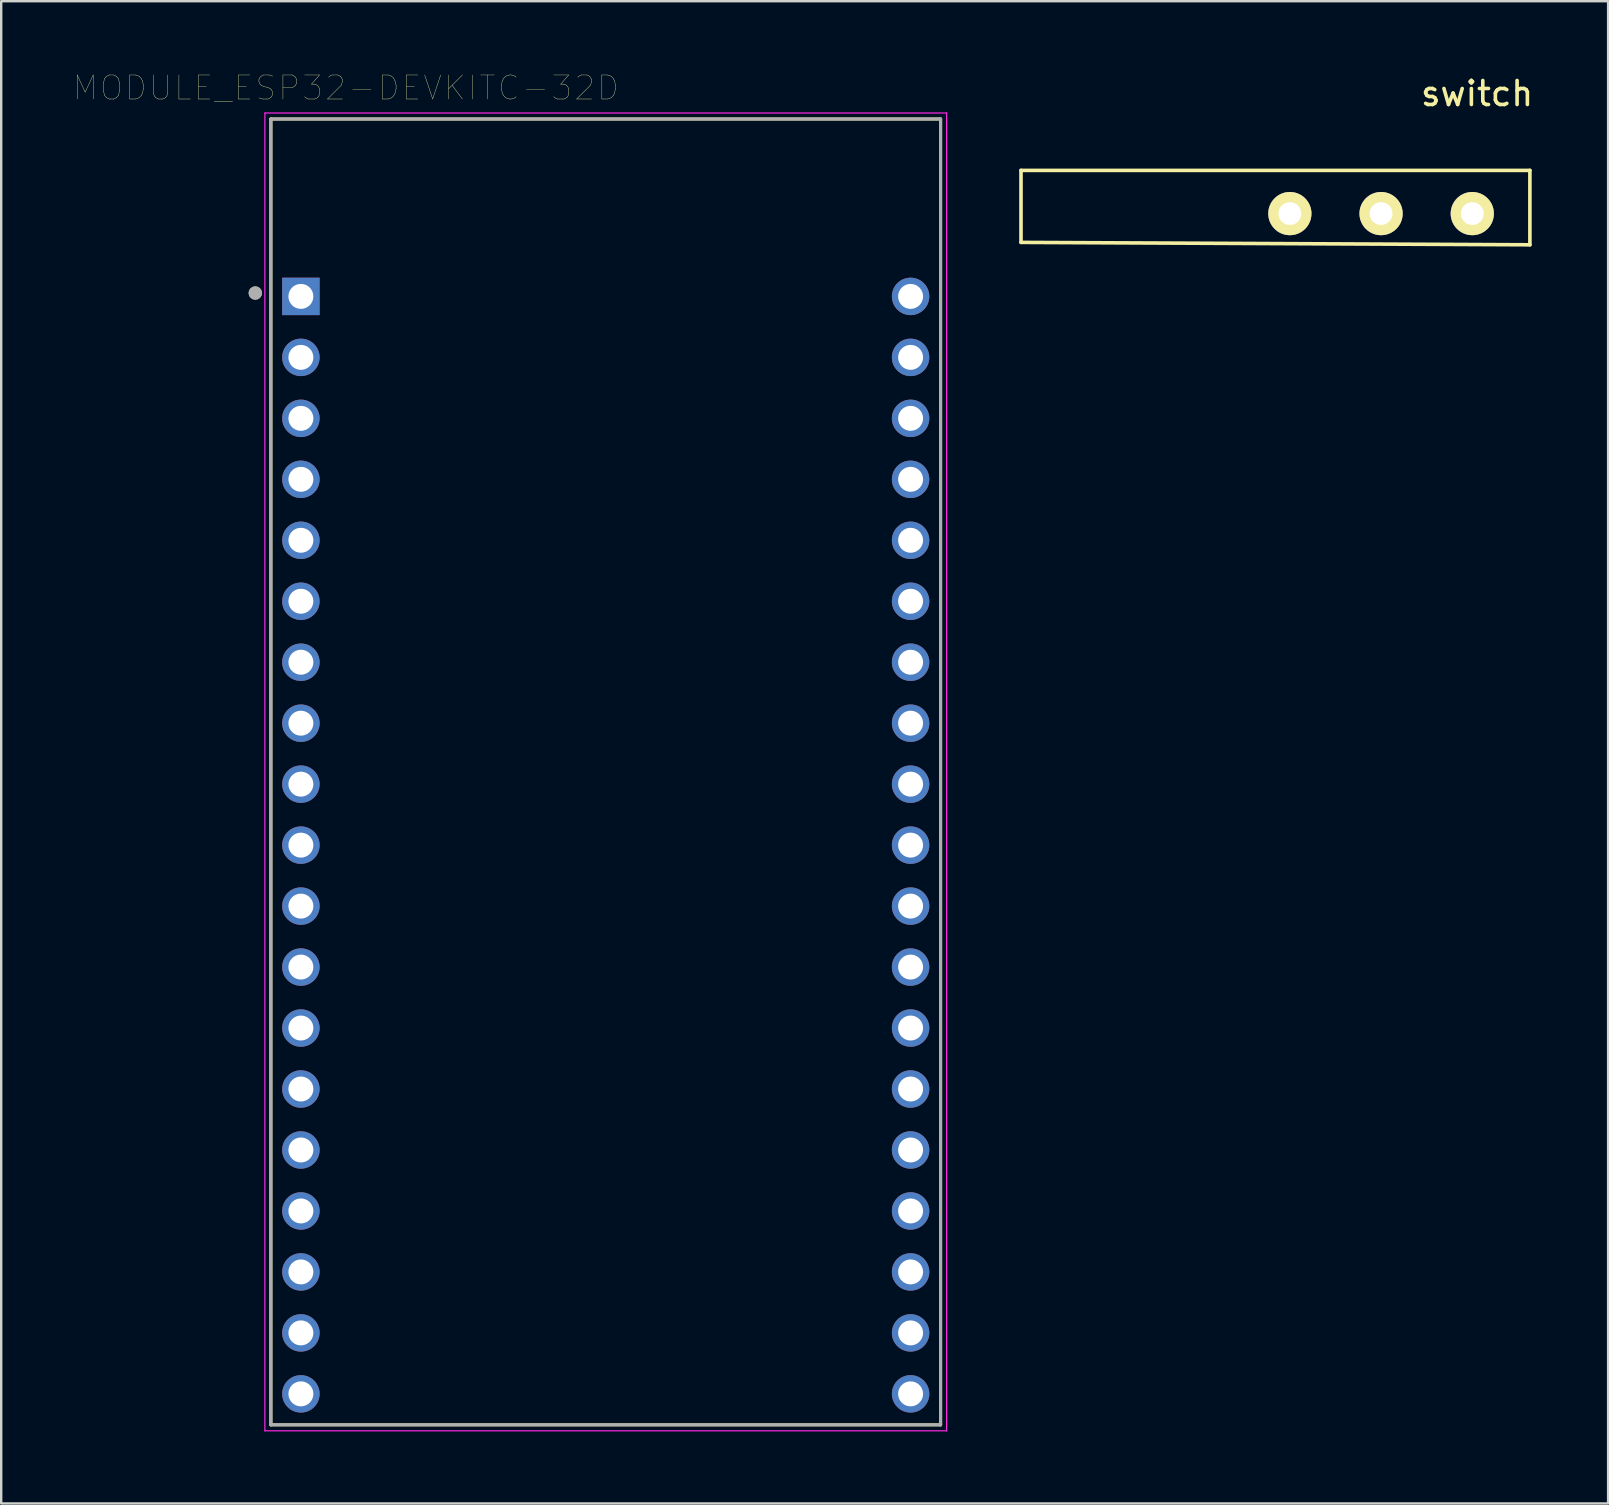
<source format=kicad_pcb>
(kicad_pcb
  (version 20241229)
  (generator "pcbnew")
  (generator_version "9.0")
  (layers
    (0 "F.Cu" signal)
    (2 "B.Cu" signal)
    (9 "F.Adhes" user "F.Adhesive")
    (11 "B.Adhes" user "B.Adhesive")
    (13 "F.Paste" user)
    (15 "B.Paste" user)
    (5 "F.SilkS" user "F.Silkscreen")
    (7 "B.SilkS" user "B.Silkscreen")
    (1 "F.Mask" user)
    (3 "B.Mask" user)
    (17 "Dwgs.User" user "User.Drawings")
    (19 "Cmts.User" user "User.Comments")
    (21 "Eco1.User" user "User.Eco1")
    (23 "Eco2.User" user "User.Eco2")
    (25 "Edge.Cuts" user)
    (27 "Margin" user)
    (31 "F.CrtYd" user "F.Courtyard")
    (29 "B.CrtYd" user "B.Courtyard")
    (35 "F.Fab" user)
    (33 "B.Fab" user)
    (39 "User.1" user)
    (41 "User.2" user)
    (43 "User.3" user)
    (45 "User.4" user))
  (footprint "MODULE_ESP32-DEVKITC-32D"
    (layer "F.Cu")
    (at 9.485 9.298)
    (property "Reference" "MODULE_ESP32-DEVKITC-32D" (at 1.871 -8.686 0) (layer "F.SilkS") (effects (font (size 1 1) (thickness 0.015))))
    (attr through_hole)
    (fp_line (start -1.25 -7.39) (end 26.65 -7.39) (stroke (width 0.127) (type solid)) (layer "F.SilkS"))
    (fp_line (start -1.25 47.01) (end -1.25 -7.39) (stroke (width 0.127) (type solid)) (layer "F.SilkS"))
    (fp_line (start 26.65 -7.39) (end 26.65 47.01) (stroke (width 0.127) (type solid)) (layer "F.SilkS"))
    (fp_line (start 26.65 47.01) (end -1.25 47.01) (stroke (width 0.127) (type solid)) (layer "F.SilkS"))
    (fp_line (start -1.5 -7.64) (end 26.9 -7.64) (stroke (width 0.05) (type solid)) (layer "F.CrtYd"))
    (fp_line (start -1.5 47.26) (end -1.5 -7.64) (stroke (width 0.05) (type solid)) (layer "F.CrtYd"))
    (fp_line (start 26.9 -7.64) (end 26.9 47.26) (stroke (width 0.05) (type solid)) (layer "F.CrtYd"))
    (fp_line (start 26.9 47.26) (end -1.5 47.26) (stroke (width 0.05) (type solid)) (layer "F.CrtYd"))
    (fp_line (start -1.25 -7.39) (end 26.65 -7.39) (stroke (width 0.127) (type solid)) (layer "F.Fab"))
    (fp_line (start -1.25 47.01) (end -1.25 -7.39) (stroke (width 0.127) (type solid)) (layer "F.Fab"))
    (fp_line (start 26.65 -7.39) (end 26.65 47.01) (stroke (width 0.127) (type solid)) (layer "F.Fab"))
    (fp_line (start 26.65 47.01) (end -1.25 47.01) (stroke (width 0.127) (type solid)) (layer "F.Fab"))
    (fp_circle (center -1.9 -0.14) (end -1.76 -0.14) (stroke (width 0.28) (type solid)) (fill no) (layer "F.Fab"))
    (fp_circle (center -1.9 -0.14) (end -1.76 -0.14) (stroke (width 0.28) (type solid)) (fill no) (layer "F.Fab"))
    (pad "1" thru_hole rect (at 0 0) (size 1.56 1.56) (drill 1.04) (layers "*.Cu" "*.Mask"))
    (pad "2" thru_hole circle (at 0 2.54) (size 1.56 1.56) (drill 1.04) (layers "*.Cu" "*.Mask"))
    (pad "3" thru_hole circle (at 0 5.08) (size 1.56 1.56) (drill 1.04) (layers "*.Cu" "*.Mask"))
    (pad "4" thru_hole circle (at 0 7.62) (size 1.56 1.56) (drill 1.04) (layers "*.Cu" "*.Mask"))
    (pad "5" thru_hole circle (at 0 10.16) (size 1.56 1.56) (drill 1.04) (layers "*.Cu" "*.Mask"))
    (pad "6" thru_hole circle (at 0 12.7) (size 1.56 1.56) (drill 1.04) (layers "*.Cu" "*.Mask"))
    (pad "7" thru_hole circle (at 0 15.24) (size 1.56 1.56) (drill 1.04) (layers "*.Cu" "*.Mask"))
    (pad "8" thru_hole circle (at 0 17.78) (size 1.56 1.56) (drill 1.04) (layers "*.Cu" "*.Mask"))
    (pad "9" thru_hole circle (at 0 20.32) (size 1.56 1.56) (drill 1.04) (layers "*.Cu" "*.Mask"))
    (pad "10" thru_hole circle (at 0 22.86) (size 1.56 1.56) (drill 1.04) (layers "*.Cu" "*.Mask"))
    (pad "11" thru_hole circle (at 0 25.4) (size 1.56 1.56) (drill 1.04) (layers "*.Cu" "*.Mask"))
    (pad "12" thru_hole circle (at 0 27.94) (size 1.56 1.56) (drill 1.04) (layers "*.Cu" "*.Mask"))
    (pad "13" thru_hole circle (at 0 30.48) (size 1.56 1.56) (drill 1.04) (layers "*.Cu" "*.Mask"))
    (pad "14" thru_hole circle (at 0 33.02) (size 1.56 1.56) (drill 1.04) (layers "*.Cu" "*.Mask"))
    (pad "15" thru_hole circle (at 0 35.56) (size 1.56 1.56) (drill 1.04) (layers "*.Cu" "*.Mask"))
    (pad "16" thru_hole circle (at 0 38.1) (size 1.56 1.56) (drill 1.04) (layers "*.Cu" "*.Mask"))
    (pad "17" thru_hole circle (at 0 40.64) (size 1.56 1.56) (drill 1.04) (layers "*.Cu" "*.Mask"))
    (pad "18" thru_hole circle (at 0 43.18) (size 1.56 1.56) (drill 1.04) (layers "*.Cu" "*.Mask"))
    (pad "19" thru_hole circle (at 0 45.72) (size 1.56 1.56) (drill 1.04) (layers "*.Cu" "*.Mask"))
    (pad "20" thru_hole circle (at 25.4 0) (size 1.56 1.56) (drill 1.04) (layers "*.Cu" "*.Mask"))
    (pad "21" thru_hole circle (at 25.4 2.54) (size 1.56 1.56) (drill 1.04) (layers "*.Cu" "*.Mask"))
    (pad "22" thru_hole circle (at 25.4 5.08) (size 1.56 1.56) (drill 1.04) (layers "*.Cu" "*.Mask"))
    (pad "23" thru_hole circle (at 25.4 7.62) (size 1.56 1.56) (drill 1.04) (layers "*.Cu" "*.Mask"))
    (pad "24" thru_hole circle (at 25.4 10.16) (size 1.56 1.56) (drill 1.04) (layers "*.Cu" "*.Mask"))
    (pad "25" thru_hole circle (at 25.4 12.7) (size 1.56 1.56) (drill 1.04) (layers "*.Cu" "*.Mask"))
    (pad "26" thru_hole circle (at 25.4 15.24) (size 1.56 1.56) (drill 1.04) (layers "*.Cu" "*.Mask"))
    (pad "27" thru_hole circle (at 25.4 17.78) (size 1.56 1.56) (drill 1.04) (layers "*.Cu" "*.Mask"))
    (pad "28" thru_hole circle (at 25.4 20.32) (size 1.56 1.56) (drill 1.04) (layers "*.Cu" "*.Mask"))
    (pad "29" thru_hole circle (at 25.4 22.86) (size 1.56 1.56) (drill 1.04) (layers "*.Cu" "*.Mask"))
    (pad "30" thru_hole circle (at 25.4 25.4) (size 1.56 1.56) (drill 1.04) (layers "*.Cu" "*.Mask"))
    (pad "31" thru_hole circle (at 25.4 27.94) (size 1.56 1.56) (drill 1.04) (layers "*.Cu" "*.Mask"))
    (pad "32" thru_hole circle (at 25.4 30.48) (size 1.56 1.56) (drill 1.04) (layers "*.Cu" "*.Mask"))
    (pad "33" thru_hole circle (at 25.4 33.02) (size 1.56 1.56) (drill 1.04) (layers "*.Cu" "*.Mask"))
    (pad "34" thru_hole circle (at 25.4 35.56) (size 1.56 1.56) (drill 1.04) (layers "*.Cu" "*.Mask"))
    (pad "35" thru_hole circle (at 25.4 38.1) (size 1.56 1.56) (drill 1.04) (layers "*.Cu" "*.Mask"))
    (pad "36" thru_hole circle (at 25.4 40.64) (size 1.56 1.56) (drill 1.04) (layers "*.Cu" "*.Mask"))
    (pad "37" thru_hole circle (at 25.4 43.18) (size 1.56 1.56) (drill 1.04) (layers "*.Cu" "*.Mask"))
    (pad "38" thru_hole circle (at 25.4 45.72) (size 1.56 1.56) (drill 1.04) (layers "*.Cu" "*.Mask")))
  (footprint "switch"
    (layer "F.Cu")
    (at 54.485 5.848)
    (property "Reference" "switch" (at 4 -5 0) (layer "F.SilkS") (effects (font (size 1 1) (thickness 0.15))))
    (attr through_hole)
    (fp_line (start -15 -1.8) (end 6.2 -1.8) (stroke (width 0.15) (type solid)) (layer "F.SilkS"))
    (fp_line (start -15 1.2) (end -15 -1.8) (stroke (width 0.15) (type solid)) (layer "F.SilkS"))
    (fp_line (start 6.2 -1.8) (end 6.2 1.3) (stroke (width 0.15) (type solid)) (layer "F.SilkS"))
    (fp_line (start 6.2 1.3) (end -15 1.2) (stroke (width 0.15) (type solid)) (layer "F.SilkS"))
    (pad "1" thru_hole circle (at -3.8 0) (size 1.8 1.8) (drill 0.95) (layers "*.Cu" "*.Mask" "F.SilkS"))
    (pad "2" thru_hole circle (at 0 0) (size 1.8 1.8) (drill 0.95) (layers "*.Cu" "*.Mask" "F.SilkS"))
    (pad "3" thru_hole circle (at 3.8 0) (size 1.8 1.8) (drill 0.95) (layers "*.Cu" "*.Mask" "F.SilkS")))
  (gr_rect
    (start -3 -3)
    (end 63.943 59.583)
    (stroke (width 0.1) (type default))
    (fill no)
    (layer "Edge.Cuts")))
</source>
